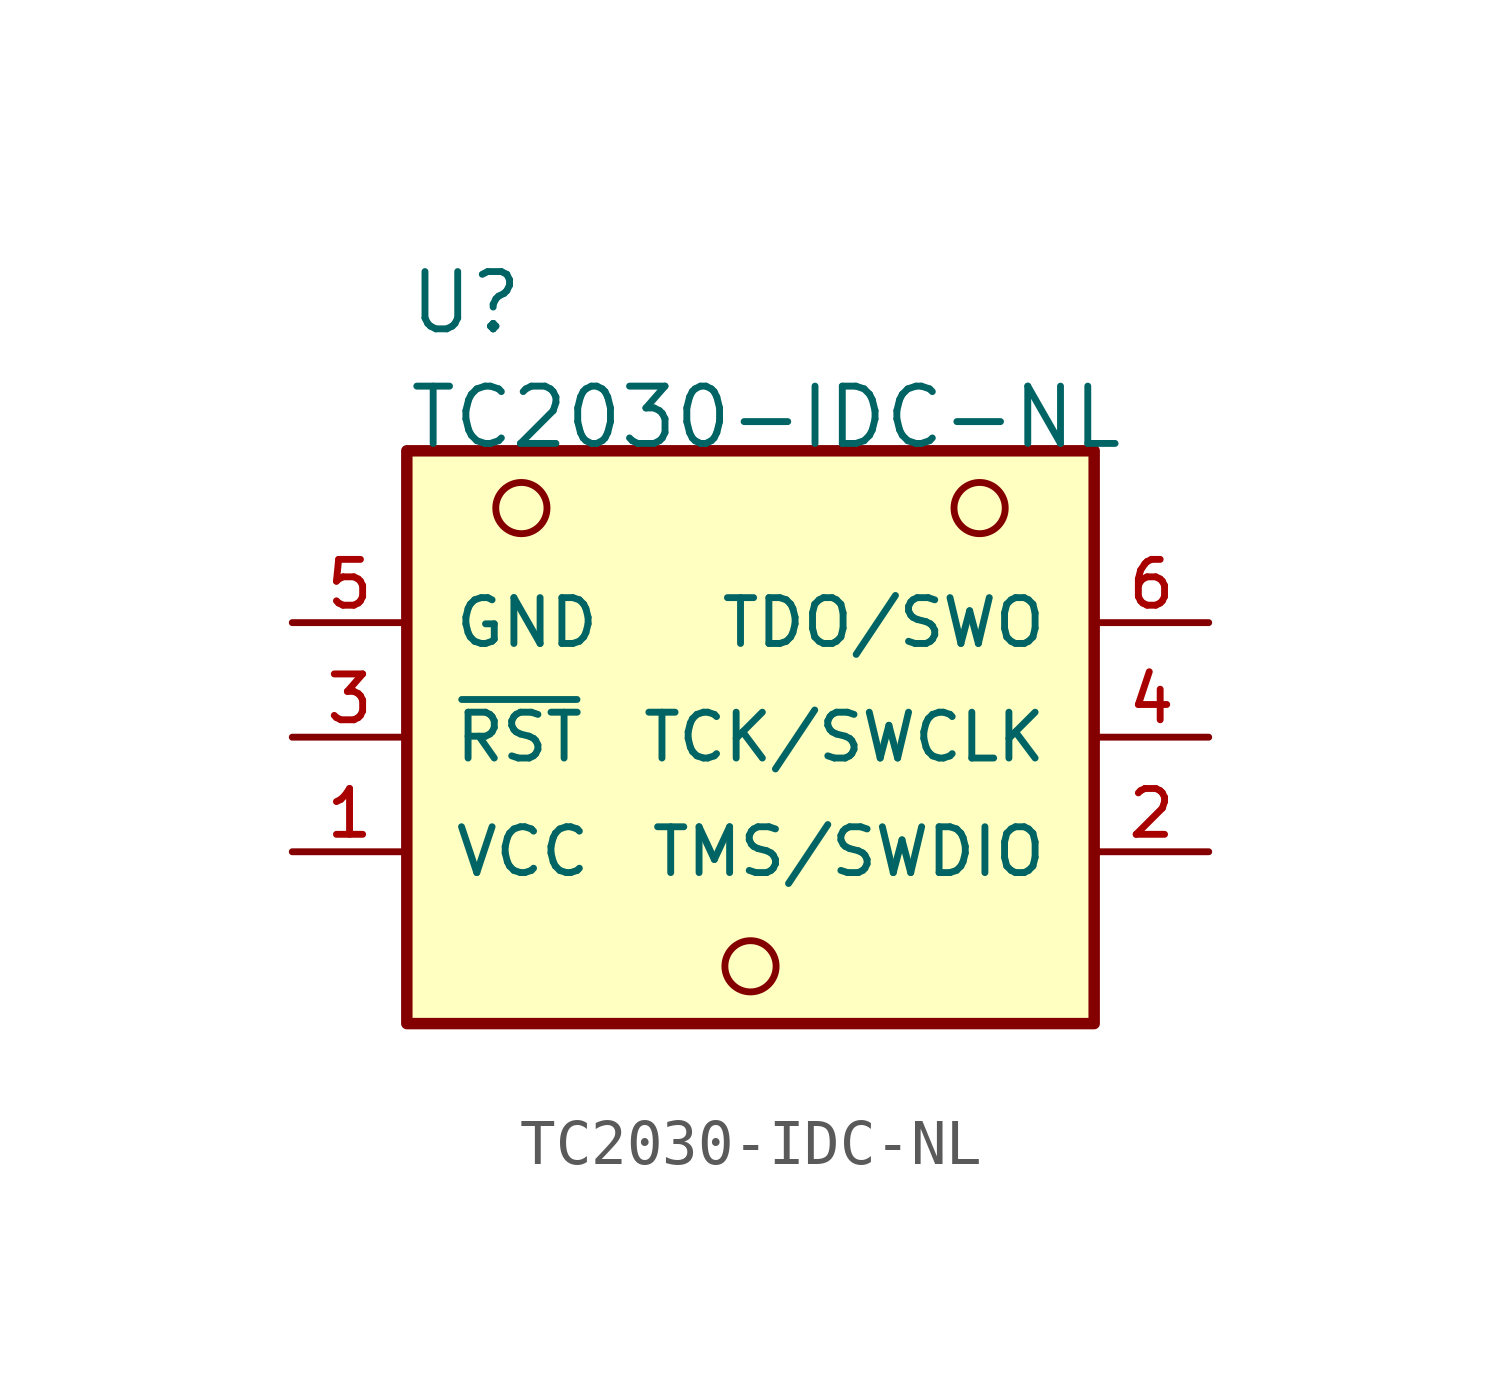
<source format=kicad_sym>
(kicad_symbol_lib
  (version 20211014)
  (generator kicad_symbol_editor)
  (symbol "TC2030-IDC-NL"
    (pin_names
      (offset 1.016))
    (property "Reference" "U"
      (at -7.62 7.62 0)
      (effects (font (size 1.27 1.27)) (justify left bottom)))
    (property "Value" "TC2030-IDC-NL"
      (at -7.62 5.08 0)
      (effects (font (size 1.27 1.27)) (justify left bottom)))
    (symbol "TC2030-IDC-NL_0_0"
      (rectangle (start -7.62 5.08) (end 7.62 -7.62) (stroke (width 0.254) (type default) (color 0 0 0 0)) (fill (type background)))
      (pin passive line (at -10.16 -3.81 0) (length 2.54) (name "VCC" (effects (font (size 1.016 1.016)))) (number "1" (effects (font (size 1.016 1.016)))))
      (pin passive line (at 10.16 -3.81 180) (length 2.54) (name "TMS/SWDIO" (effects (font (size 1.016 1.016)))) (number "2" (effects (font (size 1.016 1.016)))))
      (pin passive line (at -10.16 -1.27 0) (length 2.54) (name "~{RST}" (effects (font (size 1.016 1.016)))) (number "3" (effects (font (size 1.016 1.016)))))
      (pin passive line (at 10.16 -1.27 180) (length 2.54) (name "TCK/SWCLK" (effects (font (size 1.016 1.016)))) (number "4" (effects (font (size 1.016 1.016)))))
      (pin passive line (at -10.16 1.27 0) (length 2.54) (name "GND" (effects (font (size 1.016 1.016)))) (number "5" (effects (font (size 1.016 1.016)))))
      (pin passive line (at 10.16 1.27 180) (length 2.54) (name "TDO/SWO" (effects (font (size 1.016 1.016)))) (number "6" (effects (font (size 1.016 1.016))))))
    (symbol "TC2030-IDC-NL_0_1"
      (circle (center -5.08 3.81) (radius 0.568) (stroke (width 0) (type default) (color 0 0 0 0)) (fill (type none)))
      (circle (center 0 -6.35) (radius 0.568) (stroke (width 0) (type default) (color 0 0 0 0)) (fill (type none)))
      (circle (center 5.08 3.81) (radius 0.568) (stroke (width 0) (type default) (color 0 0 0 0)) (fill (type none))))))
</source>
